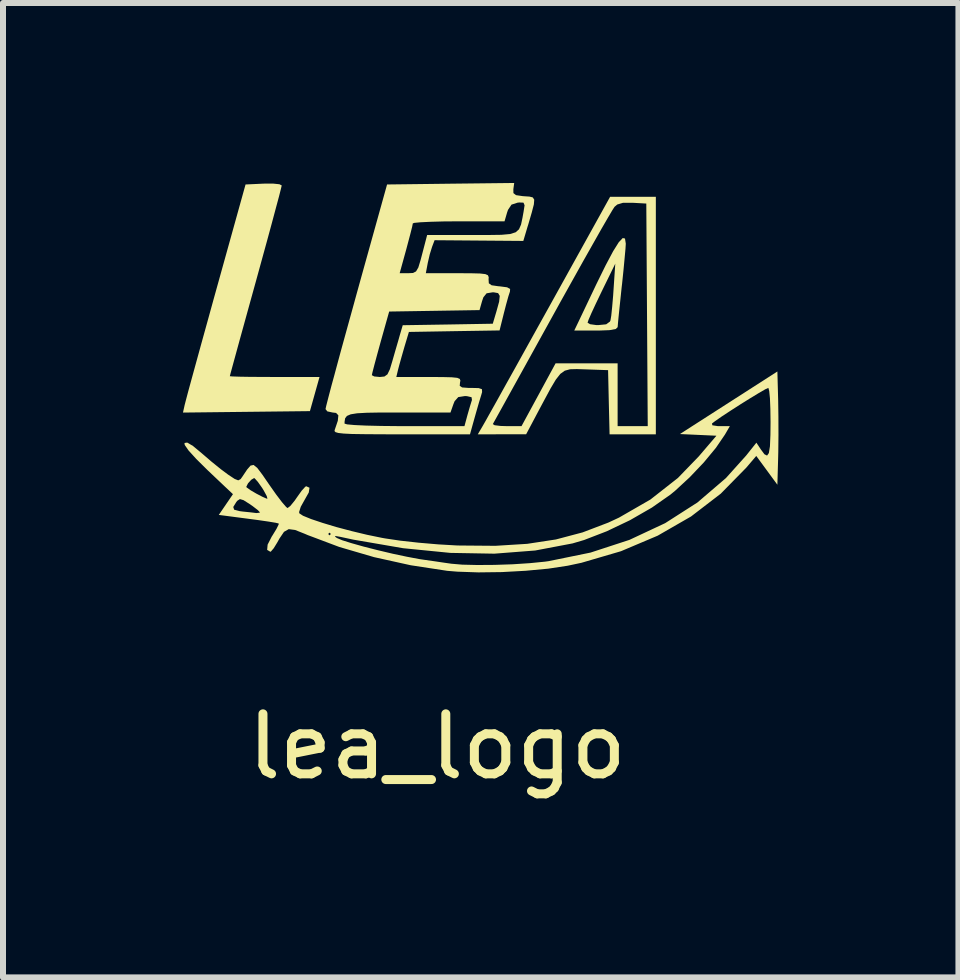
<source format=kicad_pcb>
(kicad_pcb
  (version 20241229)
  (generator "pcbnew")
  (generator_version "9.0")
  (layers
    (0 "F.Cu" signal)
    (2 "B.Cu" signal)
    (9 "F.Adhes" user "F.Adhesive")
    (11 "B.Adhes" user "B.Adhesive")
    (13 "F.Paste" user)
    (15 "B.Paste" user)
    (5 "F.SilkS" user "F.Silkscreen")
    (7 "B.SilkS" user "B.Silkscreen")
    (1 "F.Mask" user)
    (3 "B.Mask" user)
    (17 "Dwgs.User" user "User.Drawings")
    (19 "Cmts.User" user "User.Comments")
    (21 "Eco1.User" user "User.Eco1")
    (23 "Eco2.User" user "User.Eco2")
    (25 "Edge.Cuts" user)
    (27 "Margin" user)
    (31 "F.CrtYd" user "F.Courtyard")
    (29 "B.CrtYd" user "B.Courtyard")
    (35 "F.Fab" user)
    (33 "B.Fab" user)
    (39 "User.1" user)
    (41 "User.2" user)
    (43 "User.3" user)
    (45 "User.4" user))
  (footprint "lea_logo"
    (layer "F.Cu")
    (at 4.238 1.774)
    (property "Reference" "lea_logo" (at 0 7.62 0) (unlocked yes) (layer "F.SilkS") (effects (font (size 1 1) (thickness 0.15))))
    (fp_poly (pts (xy -2.631 -1.753) (xy -2.592 -1.733) (xy -2.604 -1.681) (xy -2.637 -1.551) (xy -2.69 -1.354) (xy -2.758 -1.1) (xy -2.84 -0.798) (xy -2.933 -0.46) (xy -3.024 -0.129) (xy -3.124 0.232) (xy -3.216 0.565) (xy -3.297 0.858) (xy -3.364 1.103) (xy -3.415 1.289) (xy -3.447 1.407) (xy -3.457 1.447) (xy -3.414 1.451) (xy -3.295 1.455) (xy -3.115 1.458) (xy -2.889 1.459) (xy -2.709 1.46) (xy -1.962 1.46) (xy -2.122 2.029) (xy -3.18 2.041) (xy -4.238 2.053) (xy -4.21 1.927) (xy -4.192 1.857) (xy -4.153 1.709) (xy -4.094 1.493) (xy -4.019 1.22) (xy -3.931 0.9) (xy -3.832 0.543) (xy -3.726 0.159) (xy -3.689 0.026) (xy -3.195 -1.749) (xy -2.894 -1.763) (xy -2.739 -1.764)) (stroke (width 0) (type solid)) (fill yes) (layer "F.SilkS"))
    (fp_poly (pts (xy 3.13 -0.848) (xy 3.143 -0.763) (xy 3.143 -0.759) (xy 3.138 -0.677) (xy 3.124 -0.525) (xy 3.105 -0.323) (xy 3.081 -0.091) (xy 3.075 -0.042) (xy 3.051 0.188) (xy 3.03 0.388) (xy 3.015 0.538) (xy 3.008 0.621) (xy 3.008 0.629) (xy 2.976 0.66) (xy 2.874 0.679) (xy 2.693 0.686) (xy 2.646 0.686) (xy 2.284 0.686) (xy 2.347 0.555) (xy 2.506 0.555) (xy 2.547 0.58) (xy 2.647 0.594) (xy 2.685 0.595) (xy 2.816 0.582) (xy 2.879 0.536) (xy 2.888 0.515) (xy 2.901 0.437) (xy 2.916 0.292) (xy 2.932 0.106) (xy 2.939 0.003) (xy 2.968 -0.429) (xy 2.737 0.043) (xy 2.646 0.233) (xy 2.571 0.394) (xy 2.522 0.507) (xy 2.506 0.555) (xy 2.347 0.555) (xy 2.653 -0.088) (xy 2.808 -0.403) (xy 2.932 -0.636) (xy 3.026 -0.786) (xy 3.092 -0.856)) (stroke (width 0) (type solid)) (fill yes) (layer "F.SilkS"))
    (fp_poly (pts (xy 3.644 2.416) (xy 2.873 2.416) (xy 2.86 1.881) (xy 2.848 1.346) (xy 2.476 1.333) (xy 2.326 1.328) (xy 2.214 1.331) (xy 2.126 1.355) (xy 2.051 1.409) (xy 1.976 1.505) (xy 1.888 1.653) (xy 1.774 1.865) (xy 1.705 1.994) (xy 1.482 2.415) (xy 1.079 2.415) (xy 0.676 2.416) (xy 0.763 2.268) (xy 0.776 2.245) (xy 0.927 2.245) (xy 0.957 2.264) (xy 1.055 2.276) (xy 1.156 2.279) (xy 1.405 2.279) (xy 1.689 1.756) (xy 1.973 1.232) (xy 3.007 1.232) (xy 3.007 2.279) (xy 3.509 2.279) (xy 3.497 0.424) (xy 3.485 -1.431) (xy 3.255 -1.444) (xy 3.098 -1.444) (xy 3.001 -1.415) (xy 2.955 -1.376) (xy 2.919 -1.32) (xy 2.844 -1.193) (xy 2.734 -1.003) (xy 2.596 -0.759) (xy 2.432 -0.469) (xy 2.25 -0.143) (xy 2.052 0.212) (xy 1.916 0.458) (xy 1.713 0.825) (xy 1.524 1.167) (xy 1.353 1.476) (xy 1.204 1.745) (xy 1.083 1.964) (xy 0.993 2.126) (xy 0.94 2.221) (xy 0.927 2.245) (xy 0.776 2.245) (xy 0.803 2.198) (xy 0.881 2.058) (xy 0.995 1.855) (xy 1.137 1.599) (xy 1.305 1.298) (xy 1.492 0.961) (xy 1.694 0.597) (xy 1.866 0.288) (xy 2.882 -1.544) (xy 3.644 -1.544)) (stroke (width 0) (type solid)) (fill yes) (layer "F.SilkS"))
    (fp_poly (pts (xy 1.269 -1.67) (xy 1.27 -1.605) (xy 1.314 -1.571) (xy 1.423 -1.555) (xy 1.448 -1.553) (xy 1.538 -1.547) (xy 1.593 -1.533) (xy 1.617 -1.495) (xy 1.611 -1.418) (xy 1.577 -1.286) (xy 1.518 -1.084) (xy 1.509 -1.056) (xy 1.435 -0.808) (xy -0.044 -0.82) (xy -0.086 -0.709) (xy -0.124 -0.586) (xy -0.158 -0.44) (xy -0.159 -0.434) (xy -0.19 -0.27) (xy 0.338 -0.27) (xy 0.564 -0.269) (xy 0.714 -0.265) (xy 0.802 -0.255) (xy 0.845 -0.236) (xy 0.858 -0.204) (xy 0.856 -0.167) (xy 0.86 -0.102) (xy 0.906 -0.069) (xy 1.016 -0.053) (xy 1.042 -0.051) (xy 1.165 -0.035) (xy 1.215 -0.007) (xy 1.212 0.036) (xy 1.186 0.116) (xy 1.148 0.253) (xy 1.111 0.396) (xy 1.039 0.684) (xy 0.284 0.696) (xy -0.472 0.709) (xy -0.547 0.959) (xy -0.594 1.123) (xy -0.635 1.27) (xy -0.652 1.335) (xy -0.682 1.46) (xy -0.139 1.46) (xy 0.09 1.461) (xy 0.243 1.465) (xy 0.333 1.474) (xy 0.376 1.492) (xy 0.386 1.521) (xy 0.38 1.551) (xy 0.375 1.607) (xy 0.414 1.634) (xy 0.517 1.642) (xy 0.564 1.642) (xy 0.69 1.645) (xy 0.745 1.663) (xy 0.748 1.711) (xy 0.732 1.767) (xy 0.697 1.881) (xy 0.651 2.041) (xy 0.619 2.154) (xy 0.546 2.416) (xy -0.595 2.416) (xy -0.948 2.415) (xy -1.22 2.413) (xy -1.421 2.41) (xy -1.56 2.403) (xy -1.649 2.393) (xy -1.696 2.379) (xy -1.712 2.361) (xy -1.709 2.343) (xy -1.673 2.237) (xy -1.545 2.237) (xy -1.501 2.25) (xy -1.378 2.261) (xy -1.185 2.27) (xy -0.934 2.276) (xy -0.636 2.279) (xy -0.545 2.279) (xy 0.454 2.279) (xy 0.504 2.094) (xy 0.542 1.962) (xy 0.573 1.861) (xy 0.579 1.844) (xy 0.572 1.797) (xy 0.494 1.779) (xy 0.46 1.778) (xy 0.351 1.795) (xy 0.29 1.863) (xy 0.269 1.915) (xy 0.221 2.052) (xy -0.634 2.052) (xy -0.943 2.052) (xy -1.173 2.056) (xy -1.336 2.065) (xy -1.442 2.082) (xy -1.505 2.109) (xy -1.535 2.148) (xy -1.544 2.203) (xy -1.545 2.237) (xy -1.673 2.237) (xy -1.657 2.189) (xy -1.648 2.099) (xy -1.686 2.059) (xy -1.745 2.052) (xy -1.832 2.033) (xy -1.862 1.995) (xy -1.85 1.94) (xy -1.816 1.807) (xy -1.763 1.605) (xy -1.715 1.43) (xy -1.09 1.43) (xy -1.05 1.451) (xy -0.956 1.46) (xy -0.88 1.452) (xy -0.83 1.416) (xy -0.789 1.331) (xy -0.749 1.198) (xy -0.698 1.02) (xy -0.648 0.849) (xy -0.625 0.767) (xy -0.575 0.597) (xy 0.175 0.585) (xy 0.926 0.572) (xy 0.987 0.367) (xy 1.032 0.204) (xy 1.042 0.108) (xy 1.015 0.062) (xy 0.945 0.049) (xy 0.92 0.049) (xy 0.823 0.065) (xy 0.769 0.132) (xy 0.747 0.197) (xy 0.705 0.345) (xy -0.801 0.369) (xy -0.946 0.885) (xy -1.002 1.089) (xy -1.048 1.26) (xy -1.079 1.38) (xy -1.09 1.43) (xy -1.715 1.43) (xy -1.692 1.344) (xy -1.608 1.033) (xy -1.511 0.681) (xy -1.405 0.298) (xy -1.349 0.094) (xy -1.248 -0.27) (xy -0.626 -0.27) (xy -0.48 -0.27) (xy -0.403 -0.274) (xy -0.353 -0.3) (xy -0.315 -0.365) (xy -0.277 -0.49) (xy -0.251 -0.589) (xy -0.168 -0.907) (xy 0.578 -0.907) (xy 0.863 -0.907) (xy 1.07 -0.91) (xy 1.214 -0.923) (xy 1.307 -0.952) (xy 1.363 -1.002) (xy 1.397 -1.08) (xy 1.421 -1.193) (xy 1.439 -1.293) (xy 1.456 -1.402) (xy 1.438 -1.446) (xy 1.37 -1.449) (xy 1.34 -1.446) (xy 1.238 -1.413) (xy 1.18 -1.326) (xy 1.165 -1.283) (xy 1.122 -1.135) (xy 0.357 -1.135) (xy 0.105 -1.133) (xy -0.112 -1.127) (xy -0.279 -1.119) (xy -0.382 -1.109) (xy -0.407 -1.1) (xy -0.418 -1.044) (xy -0.449 -0.921) (xy -0.493 -0.755) (xy -0.516 -0.668) (xy -0.626 -0.27) (xy -1.248 -0.27) (xy -0.836 -1.749) (xy 0.223 -1.762) (xy 1.283 -1.774)) (stroke (width 0) (type solid)) (fill yes) (layer "F.SilkS"))
    (fp_poly (pts (xy 5.683 1.849) (xy 5.687 2.12) (xy 5.688 2.424) (xy 5.685 2.708) (xy 5.683 2.793) (xy 5.67 3.256) (xy 5.494 3.016) (xy 5.318 2.776) (xy 5.152 2.971) (xy 4.726 3.405) (xy 4.231 3.785) (xy 3.675 4.105) (xy 3.063 4.364) (xy 2.404 4.557) (xy 2.174 4.606) (xy 1.851 4.655) (xy 1.475 4.69) (xy 1.076 4.712) (xy 0.686 4.717) (xy 0.336 4.705) (xy 0.167 4.691) (xy -0.442 4.598) (xy -1.052 4.463) (xy -1.633 4.293) (xy -2.087 4.122) (xy -1.702 4.122) (xy -1.672 4.144) (xy -1.585 4.181) (xy -1.429 4.23) (xy -1.223 4.288) (xy -0.987 4.348) (xy -0.742 4.406) (xy -0.506 4.456) (xy -0.299 4.495) (xy -0.225 4.506) (xy -0.042 4.532) (xy 0.119 4.556) (xy 0.225 4.571) (xy 0.23 4.572) (xy 0.416 4.588) (xy 0.666 4.594) (xy 0.955 4.592) (xy 1.257 4.582) (xy 1.546 4.563) (xy 1.796 4.538) (xy 1.855 4.53) (xy 2.555 4.387) (xy 3.204 4.175) (xy 3.8 3.896) (xy 4.337 3.552) (xy 4.812 3.145) (xy 5.149 2.77) (xy 5.32 2.555) (xy 5.394 2.667) (xy 5.454 2.748) (xy 5.498 2.77) (xy 5.528 2.728) (xy 5.546 2.615) (xy 5.554 2.423) (xy 5.556 2.211) (xy 5.553 1.995) (xy 5.546 1.817) (xy 5.534 1.694) (xy 5.52 1.642) (xy 5.519 1.642) (xy 5.468 1.665) (xy 5.361 1.727) (xy 5.216 1.815) (xy 5.051 1.918) (xy 4.886 2.024) (xy 4.74 2.12) (xy 4.631 2.196) (xy 4.58 2.235) (xy 4.586 2.265) (xy 4.677 2.279) (xy 4.707 2.279) (xy 4.878 2.279) (xy 4.796 2.42) (xy 4.646 2.64) (xy 4.443 2.885) (xy 4.209 3.131) (xy 3.968 3.354) (xy 3.888 3.42) (xy 3.578 3.637) (xy 3.213 3.847) (xy 2.825 4.032) (xy 2.449 4.177) (xy 2.256 4.234) (xy 1.634 4.352) (xy 0.953 4.405) (xy 0.218 4.392) (xy -0.568 4.314) (xy -1.399 4.171) (xy -1.613 4.125) (xy -1.698 4.11) (xy -1.702 4.122) (xy -2.087 4.122) (xy -2.157 4.096) (xy -2.201 4.077) (xy -1.818 4.077) (xy -1.795 4.1) (xy -1.773 4.077) (xy -1.795 4.054) (xy -1.818 4.077) (xy -2.201 4.077) (xy -2.208 4.074) (xy -2.369 4.01) (xy -2.475 3.996) (xy -2.554 4.041) (xy -2.63 4.153) (xy -2.663 4.213) (xy -2.725 4.314) (xy -2.773 4.37) (xy -2.782 4.373) (xy -2.835 4.342) (xy -2.827 4.254) (xy -2.758 4.119) (xy -2.746 4.101) (xy -2.679 3.991) (xy -2.643 3.918) (xy -2.642 3.902) (xy -2.692 3.89) (xy -2.813 3.87) (xy -2.985 3.845) (xy -3.151 3.823) (xy -3.641 3.759) (xy -3.551 3.627) (xy -3.4 3.627) (xy -3.385 3.672) (xy -3.294 3.696) (xy -3.241 3.703) (xy -3.113 3.716) (xy -3.022 3.727) (xy -3.013 3.728) (xy -2.96 3.722) (xy -2.956 3.715) (xy -2.99 3.679) (xy -3.076 3.613) (xy -3.123 3.58) (xy -3.229 3.513) (xy -3.289 3.495) (xy -3.332 3.523) (xy -3.349 3.544) (xy -3.4 3.627) (xy -3.551 3.627) (xy -3.523 3.586) (xy -3.405 3.413) (xy -3.538 3.288) (xy -3.182 3.288) (xy -3.179 3.299) (xy -3.114 3.346) (xy -3.015 3.404) (xy -2.915 3.456) (xy -2.845 3.487) (xy -2.83 3.488) (xy -2.842 3.444) (xy -2.892 3.352) (xy -2.919 3.308) (xy -2.99 3.208) (xy -3.042 3.15) (xy -3.053 3.145) (xy -3.1 3.173) (xy -3.154 3.233) (xy -3.182 3.288) (xy -3.538 3.288) (xy -3.826 3.015) (xy -4.016 2.827) (xy -4.145 2.685) (xy -4.209 2.593) (xy -4.213 2.56) (xy -4.167 2.553) (xy -4.071 2.61) (xy -3.923 2.733) (xy -3.922 2.734) (xy -3.766 2.868) (xy -3.608 2.996) (xy -3.486 3.087) (xy -3.377 3.159) (xy -3.317 3.183) (xy -3.277 3.162) (xy -3.248 3.121) (xy -3.169 3.003) (xy -3.112 2.937) (xy -3.061 2.926) (xy -3 2.975) (xy -2.914 3.089) (xy -2.8 3.255) (xy -2.686 3.417) (xy -2.588 3.546) (xy -2.519 3.626) (xy -2.495 3.645) (xy -2.449 3.61) (xy -2.377 3.522) (xy -2.336 3.463) (xy -2.26 3.356) (xy -2.201 3.291) (xy -2.184 3.281) (xy -2.129 3.306) (xy -2.141 3.385) (xy -2.212 3.511) (xy -2.275 3.624) (xy -2.302 3.71) (xy -2.299 3.732) (xy -2.237 3.773) (xy -2.102 3.828) (xy -1.911 3.892) (xy -1.682 3.961) (xy -1.429 4.028) (xy -1.171 4.09) (xy -0.923 4.141) (xy -0.867 4.151) (xy -0.617 4.188) (xy -0.311 4.222) (xy 0.016 4.25) (xy 0.327 4.268) (xy 0.373 4.269) (xy 0.97 4.274) (xy 1.5 4.241) (xy 1.979 4.168) (xy 2.424 4.05) (xy 2.852 3.887) (xy 3.03 3.804) (xy 3.553 3.503) (xy 4.012 3.143) (xy 4.359 2.784) (xy 4.654 2.439) (xy 4.045 2.411) (xy 4.857 1.89) (xy 5.67 1.368)) (stroke (width 0) (type solid)) (fill yes) (layer "F.SilkS")))
  (gr_rect
    (start -3 -3)
    (end 12.926 13.242)
    (stroke (width 0.1) (type default))
    (fill no)
    (layer "Edge.Cuts")))
</source>
